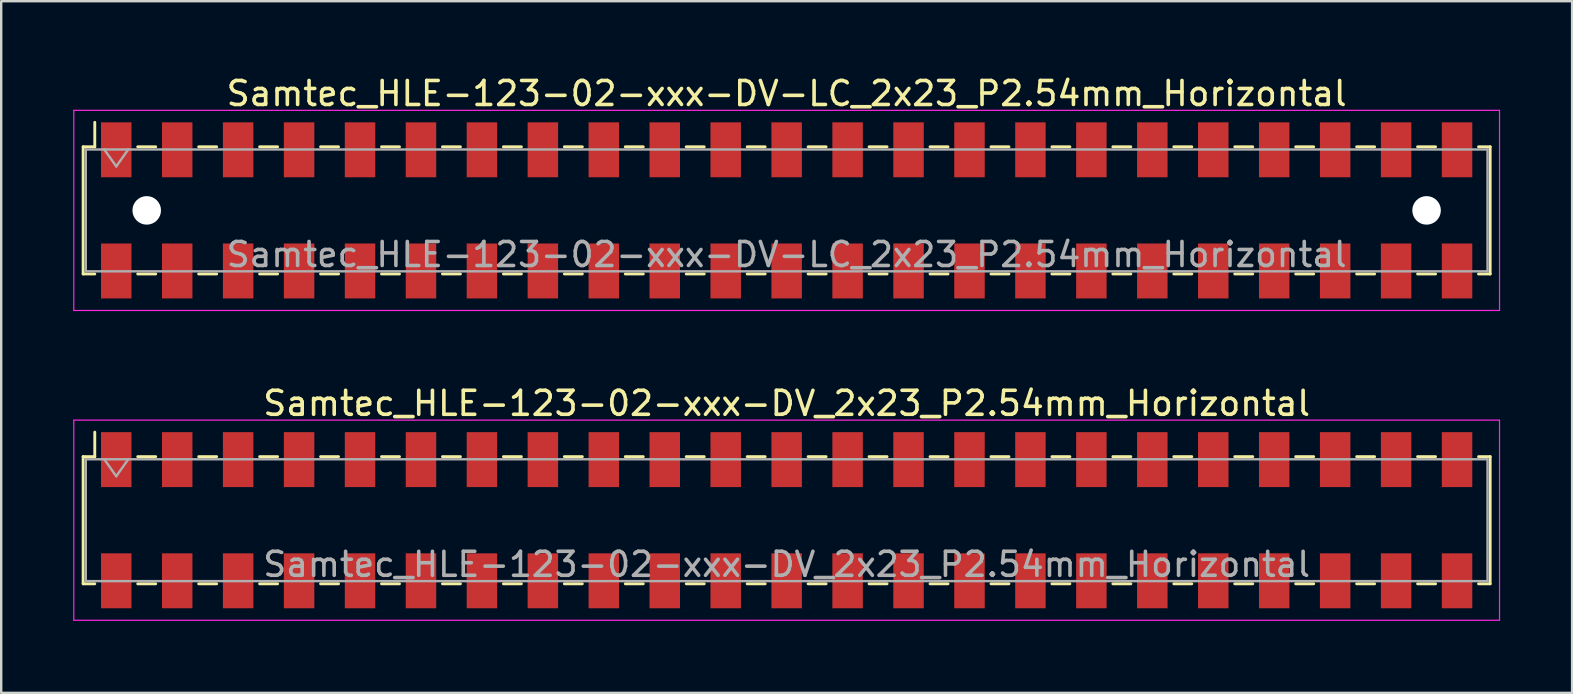
<source format=kicad_pcb>
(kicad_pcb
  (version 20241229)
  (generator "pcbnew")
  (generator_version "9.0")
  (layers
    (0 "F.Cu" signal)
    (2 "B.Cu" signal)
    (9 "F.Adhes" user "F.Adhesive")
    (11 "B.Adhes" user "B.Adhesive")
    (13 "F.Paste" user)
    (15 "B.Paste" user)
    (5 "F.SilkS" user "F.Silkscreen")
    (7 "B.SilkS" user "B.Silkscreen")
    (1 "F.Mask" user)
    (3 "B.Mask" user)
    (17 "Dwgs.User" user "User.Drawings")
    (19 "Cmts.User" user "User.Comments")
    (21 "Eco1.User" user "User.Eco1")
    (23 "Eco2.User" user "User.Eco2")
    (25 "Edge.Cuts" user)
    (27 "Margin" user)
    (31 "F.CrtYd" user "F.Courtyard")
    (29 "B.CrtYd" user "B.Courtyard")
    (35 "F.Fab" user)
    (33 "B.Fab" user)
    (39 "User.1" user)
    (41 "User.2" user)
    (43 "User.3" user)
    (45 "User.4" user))
  (footprint "Samtec_HLE-123-02-xxx-DV-LC_2x23_P2.54mm_Horizontal"
    (layer "F.Cu")
    (at 29.735 5.718)
    (property "Reference" "Samtec_HLE-123-02-xxx-DV-LC_2x23_P2.54mm_Horizontal" (at 0 -4.87 0) (layer "F.SilkS") (effects (font (size 1 1) (thickness 0.15))))
    (attr smd)
    (fp_line (start -29.32 -2.65) (end -29.32 2.65) (stroke (width 0.12) (type solid)) (layer "F.SilkS"))
    (fp_line (start -29.32 2.65) (end -28.835 2.65) (stroke (width 0.12) (type solid)) (layer "F.SilkS"))
    (fp_line (start -28.835 -3.67) (end -28.835 -2.65) (stroke (width 0.12) (type solid)) (layer "F.SilkS"))
    (fp_line (start -28.835 -2.65) (end -29.32 -2.65) (stroke (width 0.12) (type solid)) (layer "F.SilkS"))
    (fp_line (start -27.045 -2.65) (end -26.295 -2.65) (stroke (width 0.12) (type solid)) (layer "F.SilkS"))
    (fp_line (start -27.045 2.65) (end -26.295 2.65) (stroke (width 0.12) (type solid)) (layer "F.SilkS"))
    (fp_line (start -24.505 -2.65) (end -23.755 -2.65) (stroke (width 0.12) (type solid)) (layer "F.SilkS"))
    (fp_line (start -24.505 2.65) (end -23.755 2.65) (stroke (width 0.12) (type solid)) (layer "F.SilkS"))
    (fp_line (start -21.965 -2.65) (end -21.215 -2.65) (stroke (width 0.12) (type solid)) (layer "F.SilkS"))
    (fp_line (start -21.965 2.65) (end -21.215 2.65) (stroke (width 0.12) (type solid)) (layer "F.SilkS"))
    (fp_line (start -19.425 -2.65) (end -18.675 -2.65) (stroke (width 0.12) (type solid)) (layer "F.SilkS"))
    (fp_line (start -19.425 2.65) (end -18.675 2.65) (stroke (width 0.12) (type solid)) (layer "F.SilkS"))
    (fp_line (start -16.885 -2.65) (end -16.135 -2.65) (stroke (width 0.12) (type solid)) (layer "F.SilkS"))
    (fp_line (start -16.885 2.65) (end -16.135 2.65) (stroke (width 0.12) (type solid)) (layer "F.SilkS"))
    (fp_line (start -14.345 -2.65) (end -13.595 -2.65) (stroke (width 0.12) (type solid)) (layer "F.SilkS"))
    (fp_line (start -14.345 2.65) (end -13.595 2.65) (stroke (width 0.12) (type solid)) (layer "F.SilkS"))
    (fp_line (start -11.805 -2.65) (end -11.055 -2.65) (stroke (width 0.12) (type solid)) (layer "F.SilkS"))
    (fp_line (start -11.805 2.65) (end -11.055 2.65) (stroke (width 0.12) (type solid)) (layer "F.SilkS"))
    (fp_line (start -9.265 -2.65) (end -8.515 -2.65) (stroke (width 0.12) (type solid)) (layer "F.SilkS"))
    (fp_line (start -9.265 2.65) (end -8.515 2.65) (stroke (width 0.12) (type solid)) (layer "F.SilkS"))
    (fp_line (start -6.725 -2.65) (end -5.975 -2.65) (stroke (width 0.12) (type solid)) (layer "F.SilkS"))
    (fp_line (start -6.725 2.65) (end -5.975 2.65) (stroke (width 0.12) (type solid)) (layer "F.SilkS"))
    (fp_line (start -4.185 -2.65) (end -3.435 -2.65) (stroke (width 0.12) (type solid)) (layer "F.SilkS"))
    (fp_line (start -4.185 2.65) (end -3.435 2.65) (stroke (width 0.12) (type solid)) (layer "F.SilkS"))
    (fp_line (start -1.645 -2.65) (end -0.895 -2.65) (stroke (width 0.12) (type solid)) (layer "F.SilkS"))
    (fp_line (start -1.645 2.65) (end -0.895 2.65) (stroke (width 0.12) (type solid)) (layer "F.SilkS"))
    (fp_line (start 0.895 -2.65) (end 1.645 -2.65) (stroke (width 0.12) (type solid)) (layer "F.SilkS"))
    (fp_line (start 0.895 2.65) (end 1.645 2.65) (stroke (width 0.12) (type solid)) (layer "F.SilkS"))
    (fp_line (start 3.435 -2.65) (end 4.185 -2.65) (stroke (width 0.12) (type solid)) (layer "F.SilkS"))
    (fp_line (start 3.435 2.65) (end 4.185 2.65) (stroke (width 0.12) (type solid)) (layer "F.SilkS"))
    (fp_line (start 5.975 -2.65) (end 6.725 -2.65) (stroke (width 0.12) (type solid)) (layer "F.SilkS"))
    (fp_line (start 5.975 2.65) (end 6.725 2.65) (stroke (width 0.12) (type solid)) (layer "F.SilkS"))
    (fp_line (start 8.515 -2.65) (end 9.265 -2.65) (stroke (width 0.12) (type solid)) (layer "F.SilkS"))
    (fp_line (start 8.515 2.65) (end 9.265 2.65) (stroke (width 0.12) (type solid)) (layer "F.SilkS"))
    (fp_line (start 11.055 -2.65) (end 11.805 -2.65) (stroke (width 0.12) (type solid)) (layer "F.SilkS"))
    (fp_line (start 11.055 2.65) (end 11.805 2.65) (stroke (width 0.12) (type solid)) (layer "F.SilkS"))
    (fp_line (start 13.595 -2.65) (end 14.345 -2.65) (stroke (width 0.12) (type solid)) (layer "F.SilkS"))
    (fp_line (start 13.595 2.65) (end 14.345 2.65) (stroke (width 0.12) (type solid)) (layer "F.SilkS"))
    (fp_line (start 16.135 -2.65) (end 16.885 -2.65) (stroke (width 0.12) (type solid)) (layer "F.SilkS"))
    (fp_line (start 16.135 2.65) (end 16.885 2.65) (stroke (width 0.12) (type solid)) (layer "F.SilkS"))
    (fp_line (start 18.675 -2.65) (end 19.425 -2.65) (stroke (width 0.12) (type solid)) (layer "F.SilkS"))
    (fp_line (start 18.675 2.65) (end 19.425 2.65) (stroke (width 0.12) (type solid)) (layer "F.SilkS"))
    (fp_line (start 21.215 -2.65) (end 21.965 -2.65) (stroke (width 0.12) (type solid)) (layer "F.SilkS"))
    (fp_line (start 21.215 2.65) (end 21.965 2.65) (stroke (width 0.12) (type solid)) (layer "F.SilkS"))
    (fp_line (start 23.755 -2.65) (end 24.505 -2.65) (stroke (width 0.12) (type solid)) (layer "F.SilkS"))
    (fp_line (start 23.755 2.65) (end 24.505 2.65) (stroke (width 0.12) (type solid)) (layer "F.SilkS"))
    (fp_line (start 26.295 -2.65) (end 27.045 -2.65) (stroke (width 0.12) (type solid)) (layer "F.SilkS"))
    (fp_line (start 26.295 2.65) (end 27.045 2.65) (stroke (width 0.12) (type solid)) (layer "F.SilkS"))
    (fp_line (start 28.835 -2.65) (end 29.32 -2.65) (stroke (width 0.12) (type solid)) (layer "F.SilkS"))
    (fp_line (start 29.32 -2.65) (end 29.32 2.65) (stroke (width 0.12) (type solid)) (layer "F.SilkS"))
    (fp_line (start 29.32 2.65) (end 28.835 2.65) (stroke (width 0.12) (type solid)) (layer "F.SilkS"))
    (fp_line (start -29.71 -4.17) (end 29.71 -4.17) (stroke (width 0.05) (type solid)) (layer "F.CrtYd"))
    (fp_line (start -29.71 4.17) (end -29.71 -4.17) (stroke (width 0.05) (type solid)) (layer "F.CrtYd"))
    (fp_line (start 29.71 -4.17) (end 29.71 4.17) (stroke (width 0.05) (type solid)) (layer "F.CrtYd"))
    (fp_line (start 29.71 4.17) (end -29.71 4.17) (stroke (width 0.05) (type solid)) (layer "F.CrtYd"))
    (fp_line (start -29.21 -2.54) (end 29.21 -2.54) (stroke (width 0.1) (type solid)) (layer "F.Fab"))
    (fp_line (start -29.21 2.54) (end -29.21 -2.54) (stroke (width 0.1) (type solid)) (layer "F.Fab"))
    (fp_line (start -28.44 -2.54) (end -27.94 -1.833) (stroke (width 0.1) (type solid)) (layer "F.Fab"))
    (fp_line (start -27.94 -1.833) (end -27.44 -2.54) (stroke (width 0.1) (type solid)) (layer "F.Fab"))
    (fp_line (start 29.21 -2.54) (end 29.21 2.54) (stroke (width 0.1) (type solid)) (layer "F.Fab"))
    (fp_line (start 29.21 2.54) (end -29.21 2.54) (stroke (width 0.1) (type solid)) (layer "F.Fab"))
    (fp_text user "${REFERENCE}" (at 0 1.84 0) (layer "F.Fab") (effects (font (size 1 1) (thickness 0.15))))
    (pad "" np_thru_hole circle (at -26.67 0) (size 1.19 1.19) (drill 1.19) (layers "*.Cu" "*.Mask"))
    (pad "" np_thru_hole circle (at 26.67 0) (size 1.19 1.19) (drill 1.19) (layers "*.Cu" "*.Mask"))
    (pad "1" smd rect (at -27.94 -2.525) (size 1.27 2.29) (layers "F.Cu" "F.Mask" "F.Paste"))
    (pad "2" smd rect (at -27.94 2.525) (size 1.27 2.29) (layers "F.Cu" "F.Mask" "F.Paste"))
    (pad "3" smd rect (at -25.4 -2.525) (size 1.27 2.29) (layers "F.Cu" "F.Mask" "F.Paste"))
    (pad "4" smd rect (at -25.4 2.525) (size 1.27 2.29) (layers "F.Cu" "F.Mask" "F.Paste"))
    (pad "5" smd rect (at -22.86 -2.525) (size 1.27 2.29) (layers "F.Cu" "F.Mask" "F.Paste"))
    (pad "6" smd rect (at -22.86 2.525) (size 1.27 2.29) (layers "F.Cu" "F.Mask" "F.Paste"))
    (pad "7" smd rect (at -20.32 -2.525) (size 1.27 2.29) (layers "F.Cu" "F.Mask" "F.Paste"))
    (pad "8" smd rect (at -20.32 2.525) (size 1.27 2.29) (layers "F.Cu" "F.Mask" "F.Paste"))
    (pad "9" smd rect (at -17.78 -2.525) (size 1.27 2.29) (layers "F.Cu" "F.Mask" "F.Paste"))
    (pad "10" smd rect (at -17.78 2.525) (size 1.27 2.29) (layers "F.Cu" "F.Mask" "F.Paste"))
    (pad "11" smd rect (at -15.24 -2.525) (size 1.27 2.29) (layers "F.Cu" "F.Mask" "F.Paste"))
    (pad "12" smd rect (at -15.24 2.525) (size 1.27 2.29) (layers "F.Cu" "F.Mask" "F.Paste"))
    (pad "13" smd rect (at -12.7 -2.525) (size 1.27 2.29) (layers "F.Cu" "F.Mask" "F.Paste"))
    (pad "14" smd rect (at -12.7 2.525) (size 1.27 2.29) (layers "F.Cu" "F.Mask" "F.Paste"))
    (pad "15" smd rect (at -10.16 -2.525) (size 1.27 2.29) (layers "F.Cu" "F.Mask" "F.Paste"))
    (pad "16" smd rect (at -10.16 2.525) (size 1.27 2.29) (layers "F.Cu" "F.Mask" "F.Paste"))
    (pad "17" smd rect (at -7.62 -2.525) (size 1.27 2.29) (layers "F.Cu" "F.Mask" "F.Paste"))
    (pad "18" smd rect (at -7.62 2.525) (size 1.27 2.29) (layers "F.Cu" "F.Mask" "F.Paste"))
    (pad "19" smd rect (at -5.08 -2.525) (size 1.27 2.29) (layers "F.Cu" "F.Mask" "F.Paste"))
    (pad "20" smd rect (at -5.08 2.525) (size 1.27 2.29) (layers "F.Cu" "F.Mask" "F.Paste"))
    (pad "21" smd rect (at -2.54 -2.525) (size 1.27 2.29) (layers "F.Cu" "F.Mask" "F.Paste"))
    (pad "22" smd rect (at -2.54 2.525) (size 1.27 2.29) (layers "F.Cu" "F.Mask" "F.Paste"))
    (pad "23" smd rect (at 0 -2.525) (size 1.27 2.29) (layers "F.Cu" "F.Mask" "F.Paste"))
    (pad "24" smd rect (at 0 2.525) (size 1.27 2.29) (layers "F.Cu" "F.Mask" "F.Paste"))
    (pad "25" smd rect (at 2.54 -2.525) (size 1.27 2.29) (layers "F.Cu" "F.Mask" "F.Paste"))
    (pad "26" smd rect (at 2.54 2.525) (size 1.27 2.29) (layers "F.Cu" "F.Mask" "F.Paste"))
    (pad "27" smd rect (at 5.08 -2.525) (size 1.27 2.29) (layers "F.Cu" "F.Mask" "F.Paste"))
    (pad "28" smd rect (at 5.08 2.525) (size 1.27 2.29) (layers "F.Cu" "F.Mask" "F.Paste"))
    (pad "29" smd rect (at 7.62 -2.525) (size 1.27 2.29) (layers "F.Cu" "F.Mask" "F.Paste"))
    (pad "30" smd rect (at 7.62 2.525) (size 1.27 2.29) (layers "F.Cu" "F.Mask" "F.Paste"))
    (pad "31" smd rect (at 10.16 -2.525) (size 1.27 2.29) (layers "F.Cu" "F.Mask" "F.Paste"))
    (pad "32" smd rect (at 10.16 2.525) (size 1.27 2.29) (layers "F.Cu" "F.Mask" "F.Paste"))
    (pad "33" smd rect (at 12.7 -2.525) (size 1.27 2.29) (layers "F.Cu" "F.Mask" "F.Paste"))
    (pad "34" smd rect (at 12.7 2.525) (size 1.27 2.29) (layers "F.Cu" "F.Mask" "F.Paste"))
    (pad "35" smd rect (at 15.24 -2.525) (size 1.27 2.29) (layers "F.Cu" "F.Mask" "F.Paste"))
    (pad "36" smd rect (at 15.24 2.525) (size 1.27 2.29) (layers "F.Cu" "F.Mask" "F.Paste"))
    (pad "37" smd rect (at 17.78 -2.525) (size 1.27 2.29) (layers "F.Cu" "F.Mask" "F.Paste"))
    (pad "38" smd rect (at 17.78 2.525) (size 1.27 2.29) (layers "F.Cu" "F.Mask" "F.Paste"))
    (pad "39" smd rect (at 20.32 -2.525) (size 1.27 2.29) (layers "F.Cu" "F.Mask" "F.Paste"))
    (pad "40" smd rect (at 20.32 2.525) (size 1.27 2.29) (layers "F.Cu" "F.Mask" "F.Paste"))
    (pad "41" smd rect (at 22.86 -2.525) (size 1.27 2.29) (layers "F.Cu" "F.Mask" "F.Paste"))
    (pad "42" smd rect (at 22.86 2.525) (size 1.27 2.29) (layers "F.Cu" "F.Mask" "F.Paste"))
    (pad "43" smd rect (at 25.4 -2.525) (size 1.27 2.29) (layers "F.Cu" "F.Mask" "F.Paste"))
    (pad "44" smd rect (at 25.4 2.525) (size 1.27 2.29) (layers "F.Cu" "F.Mask" "F.Paste"))
    (pad "45" smd rect (at 27.94 -2.525) (size 1.27 2.29) (layers "F.Cu" "F.Mask" "F.Paste"))
    (pad "46" smd rect (at 27.94 2.525) (size 1.27 2.29) (layers "F.Cu" "F.Mask" "F.Paste")))
  (footprint "Samtec_HLE-123-02-xxx-DV_2x23_P2.54mm_Horizontal"
    (layer "F.Cu")
    (at 29.735 18.631)
    (property "Reference" "Samtec_HLE-123-02-xxx-DV_2x23_P2.54mm_Horizontal" (at 0 -4.87 0) (layer "F.SilkS") (effects (font (size 1 1) (thickness 0.15))))
    (attr smd)
    (fp_line (start -29.32 -2.65) (end -29.32 2.65) (stroke (width 0.12) (type solid)) (layer "F.SilkS"))
    (fp_line (start -29.32 2.65) (end -28.835 2.65) (stroke (width 0.12) (type solid)) (layer "F.SilkS"))
    (fp_line (start -28.835 -3.67) (end -28.835 -2.65) (stroke (width 0.12) (type solid)) (layer "F.SilkS"))
    (fp_line (start -28.835 -2.65) (end -29.32 -2.65) (stroke (width 0.12) (type solid)) (layer "F.SilkS"))
    (fp_line (start -27.045 -2.65) (end -26.295 -2.65) (stroke (width 0.12) (type solid)) (layer "F.SilkS"))
    (fp_line (start -27.045 2.65) (end -26.295 2.65) (stroke (width 0.12) (type solid)) (layer "F.SilkS"))
    (fp_line (start -24.505 -2.65) (end -23.755 -2.65) (stroke (width 0.12) (type solid)) (layer "F.SilkS"))
    (fp_line (start -24.505 2.65) (end -23.755 2.65) (stroke (width 0.12) (type solid)) (layer "F.SilkS"))
    (fp_line (start -21.965 -2.65) (end -21.215 -2.65) (stroke (width 0.12) (type solid)) (layer "F.SilkS"))
    (fp_line (start -21.965 2.65) (end -21.215 2.65) (stroke (width 0.12) (type solid)) (layer "F.SilkS"))
    (fp_line (start -19.425 -2.65) (end -18.675 -2.65) (stroke (width 0.12) (type solid)) (layer "F.SilkS"))
    (fp_line (start -19.425 2.65) (end -18.675 2.65) (stroke (width 0.12) (type solid)) (layer "F.SilkS"))
    (fp_line (start -16.885 -2.65) (end -16.135 -2.65) (stroke (width 0.12) (type solid)) (layer "F.SilkS"))
    (fp_line (start -16.885 2.65) (end -16.135 2.65) (stroke (width 0.12) (type solid)) (layer "F.SilkS"))
    (fp_line (start -14.345 -2.65) (end -13.595 -2.65) (stroke (width 0.12) (type solid)) (layer "F.SilkS"))
    (fp_line (start -14.345 2.65) (end -13.595 2.65) (stroke (width 0.12) (type solid)) (layer "F.SilkS"))
    (fp_line (start -11.805 -2.65) (end -11.055 -2.65) (stroke (width 0.12) (type solid)) (layer "F.SilkS"))
    (fp_line (start -11.805 2.65) (end -11.055 2.65) (stroke (width 0.12) (type solid)) (layer "F.SilkS"))
    (fp_line (start -9.265 -2.65) (end -8.515 -2.65) (stroke (width 0.12) (type solid)) (layer "F.SilkS"))
    (fp_line (start -9.265 2.65) (end -8.515 2.65) (stroke (width 0.12) (type solid)) (layer "F.SilkS"))
    (fp_line (start -6.725 -2.65) (end -5.975 -2.65) (stroke (width 0.12) (type solid)) (layer "F.SilkS"))
    (fp_line (start -6.725 2.65) (end -5.975 2.65) (stroke (width 0.12) (type solid)) (layer "F.SilkS"))
    (fp_line (start -4.185 -2.65) (end -3.435 -2.65) (stroke (width 0.12) (type solid)) (layer "F.SilkS"))
    (fp_line (start -4.185 2.65) (end -3.435 2.65) (stroke (width 0.12) (type solid)) (layer "F.SilkS"))
    (fp_line (start -1.645 -2.65) (end -0.895 -2.65) (stroke (width 0.12) (type solid)) (layer "F.SilkS"))
    (fp_line (start -1.645 2.65) (end -0.895 2.65) (stroke (width 0.12) (type solid)) (layer "F.SilkS"))
    (fp_line (start 0.895 -2.65) (end 1.645 -2.65) (stroke (width 0.12) (type solid)) (layer "F.SilkS"))
    (fp_line (start 0.895 2.65) (end 1.645 2.65) (stroke (width 0.12) (type solid)) (layer "F.SilkS"))
    (fp_line (start 3.435 -2.65) (end 4.185 -2.65) (stroke (width 0.12) (type solid)) (layer "F.SilkS"))
    (fp_line (start 3.435 2.65) (end 4.185 2.65) (stroke (width 0.12) (type solid)) (layer "F.SilkS"))
    (fp_line (start 5.975 -2.65) (end 6.725 -2.65) (stroke (width 0.12) (type solid)) (layer "F.SilkS"))
    (fp_line (start 5.975 2.65) (end 6.725 2.65) (stroke (width 0.12) (type solid)) (layer "F.SilkS"))
    (fp_line (start 8.515 -2.65) (end 9.265 -2.65) (stroke (width 0.12) (type solid)) (layer "F.SilkS"))
    (fp_line (start 8.515 2.65) (end 9.265 2.65) (stroke (width 0.12) (type solid)) (layer "F.SilkS"))
    (fp_line (start 11.055 -2.65) (end 11.805 -2.65) (stroke (width 0.12) (type solid)) (layer "F.SilkS"))
    (fp_line (start 11.055 2.65) (end 11.805 2.65) (stroke (width 0.12) (type solid)) (layer "F.SilkS"))
    (fp_line (start 13.595 -2.65) (end 14.345 -2.65) (stroke (width 0.12) (type solid)) (layer "F.SilkS"))
    (fp_line (start 13.595 2.65) (end 14.345 2.65) (stroke (width 0.12) (type solid)) (layer "F.SilkS"))
    (fp_line (start 16.135 -2.65) (end 16.885 -2.65) (stroke (width 0.12) (type solid)) (layer "F.SilkS"))
    (fp_line (start 16.135 2.65) (end 16.885 2.65) (stroke (width 0.12) (type solid)) (layer "F.SilkS"))
    (fp_line (start 18.675 -2.65) (end 19.425 -2.65) (stroke (width 0.12) (type solid)) (layer "F.SilkS"))
    (fp_line (start 18.675 2.65) (end 19.425 2.65) (stroke (width 0.12) (type solid)) (layer "F.SilkS"))
    (fp_line (start 21.215 -2.65) (end 21.965 -2.65) (stroke (width 0.12) (type solid)) (layer "F.SilkS"))
    (fp_line (start 21.215 2.65) (end 21.965 2.65) (stroke (width 0.12) (type solid)) (layer "F.SilkS"))
    (fp_line (start 23.755 -2.65) (end 24.505 -2.65) (stroke (width 0.12) (type solid)) (layer "F.SilkS"))
    (fp_line (start 23.755 2.65) (end 24.505 2.65) (stroke (width 0.12) (type solid)) (layer "F.SilkS"))
    (fp_line (start 26.295 -2.65) (end 27.045 -2.65) (stroke (width 0.12) (type solid)) (layer "F.SilkS"))
    (fp_line (start 26.295 2.65) (end 27.045 2.65) (stroke (width 0.12) (type solid)) (layer "F.SilkS"))
    (fp_line (start 28.835 -2.65) (end 29.32 -2.65) (stroke (width 0.12) (type solid)) (layer "F.SilkS"))
    (fp_line (start 29.32 -2.65) (end 29.32 2.65) (stroke (width 0.12) (type solid)) (layer "F.SilkS"))
    (fp_line (start 29.32 2.65) (end 28.835 2.65) (stroke (width 0.12) (type solid)) (layer "F.SilkS"))
    (fp_line (start -29.71 -4.17) (end 29.71 -4.17) (stroke (width 0.05) (type solid)) (layer "F.CrtYd"))
    (fp_line (start -29.71 4.17) (end -29.71 -4.17) (stroke (width 0.05) (type solid)) (layer "F.CrtYd"))
    (fp_line (start 29.71 -4.17) (end 29.71 4.17) (stroke (width 0.05) (type solid)) (layer "F.CrtYd"))
    (fp_line (start 29.71 4.17) (end -29.71 4.17) (stroke (width 0.05) (type solid)) (layer "F.CrtYd"))
    (fp_line (start -29.21 -2.54) (end 29.21 -2.54) (stroke (width 0.1) (type solid)) (layer "F.Fab"))
    (fp_line (start -29.21 2.54) (end -29.21 -2.54) (stroke (width 0.1) (type solid)) (layer "F.Fab"))
    (fp_line (start -28.44 -2.54) (end -27.94 -1.833) (stroke (width 0.1) (type solid)) (layer "F.Fab"))
    (fp_line (start -27.94 -1.833) (end -27.44 -2.54) (stroke (width 0.1) (type solid)) (layer "F.Fab"))
    (fp_line (start 29.21 -2.54) (end 29.21 2.54) (stroke (width 0.1) (type solid)) (layer "F.Fab"))
    (fp_line (start 29.21 2.54) (end -29.21 2.54) (stroke (width 0.1) (type solid)) (layer "F.Fab"))
    (fp_text user "${REFERENCE}" (at 0 1.84 0) (layer "F.Fab") (effects (font (size 1 1) (thickness 0.15))))
    (pad "1" smd rect (at -27.94 -2.525) (size 1.27 2.29) (layers "F.Cu" "F.Mask" "F.Paste"))
    (pad "2" smd rect (at -27.94 2.525) (size 1.27 2.29) (layers "F.Cu" "F.Mask" "F.Paste"))
    (pad "3" smd rect (at -25.4 -2.525) (size 1.27 2.29) (layers "F.Cu" "F.Mask" "F.Paste"))
    (pad "4" smd rect (at -25.4 2.525) (size 1.27 2.29) (layers "F.Cu" "F.Mask" "F.Paste"))
    (pad "5" smd rect (at -22.86 -2.525) (size 1.27 2.29) (layers "F.Cu" "F.Mask" "F.Paste"))
    (pad "6" smd rect (at -22.86 2.525) (size 1.27 2.29) (layers "F.Cu" "F.Mask" "F.Paste"))
    (pad "7" smd rect (at -20.32 -2.525) (size 1.27 2.29) (layers "F.Cu" "F.Mask" "F.Paste"))
    (pad "8" smd rect (at -20.32 2.525) (size 1.27 2.29) (layers "F.Cu" "F.Mask" "F.Paste"))
    (pad "9" smd rect (at -17.78 -2.525) (size 1.27 2.29) (layers "F.Cu" "F.Mask" "F.Paste"))
    (pad "10" smd rect (at -17.78 2.525) (size 1.27 2.29) (layers "F.Cu" "F.Mask" "F.Paste"))
    (pad "11" smd rect (at -15.24 -2.525) (size 1.27 2.29) (layers "F.Cu" "F.Mask" "F.Paste"))
    (pad "12" smd rect (at -15.24 2.525) (size 1.27 2.29) (layers "F.Cu" "F.Mask" "F.Paste"))
    (pad "13" smd rect (at -12.7 -2.525) (size 1.27 2.29) (layers "F.Cu" "F.Mask" "F.Paste"))
    (pad "14" smd rect (at -12.7 2.525) (size 1.27 2.29) (layers "F.Cu" "F.Mask" "F.Paste"))
    (pad "15" smd rect (at -10.16 -2.525) (size 1.27 2.29) (layers "F.Cu" "F.Mask" "F.Paste"))
    (pad "16" smd rect (at -10.16 2.525) (size 1.27 2.29) (layers "F.Cu" "F.Mask" "F.Paste"))
    (pad "17" smd rect (at -7.62 -2.525) (size 1.27 2.29) (layers "F.Cu" "F.Mask" "F.Paste"))
    (pad "18" smd rect (at -7.62 2.525) (size 1.27 2.29) (layers "F.Cu" "F.Mask" "F.Paste"))
    (pad "19" smd rect (at -5.08 -2.525) (size 1.27 2.29) (layers "F.Cu" "F.Mask" "F.Paste"))
    (pad "20" smd rect (at -5.08 2.525) (size 1.27 2.29) (layers "F.Cu" "F.Mask" "F.Paste"))
    (pad "21" smd rect (at -2.54 -2.525) (size 1.27 2.29) (layers "F.Cu" "F.Mask" "F.Paste"))
    (pad "22" smd rect (at -2.54 2.525) (size 1.27 2.29) (layers "F.Cu" "F.Mask" "F.Paste"))
    (pad "23" smd rect (at 0 -2.525) (size 1.27 2.29) (layers "F.Cu" "F.Mask" "F.Paste"))
    (pad "24" smd rect (at 0 2.525) (size 1.27 2.29) (layers "F.Cu" "F.Mask" "F.Paste"))
    (pad "25" smd rect (at 2.54 -2.525) (size 1.27 2.29) (layers "F.Cu" "F.Mask" "F.Paste"))
    (pad "26" smd rect (at 2.54 2.525) (size 1.27 2.29) (layers "F.Cu" "F.Mask" "F.Paste"))
    (pad "27" smd rect (at 5.08 -2.525) (size 1.27 2.29) (layers "F.Cu" "F.Mask" "F.Paste"))
    (pad "28" smd rect (at 5.08 2.525) (size 1.27 2.29) (layers "F.Cu" "F.Mask" "F.Paste"))
    (pad "29" smd rect (at 7.62 -2.525) (size 1.27 2.29) (layers "F.Cu" "F.Mask" "F.Paste"))
    (pad "30" smd rect (at 7.62 2.525) (size 1.27 2.29) (layers "F.Cu" "F.Mask" "F.Paste"))
    (pad "31" smd rect (at 10.16 -2.525) (size 1.27 2.29) (layers "F.Cu" "F.Mask" "F.Paste"))
    (pad "32" smd rect (at 10.16 2.525) (size 1.27 2.29) (layers "F.Cu" "F.Mask" "F.Paste"))
    (pad "33" smd rect (at 12.7 -2.525) (size 1.27 2.29) (layers "F.Cu" "F.Mask" "F.Paste"))
    (pad "34" smd rect (at 12.7 2.525) (size 1.27 2.29) (layers "F.Cu" "F.Mask" "F.Paste"))
    (pad "35" smd rect (at 15.24 -2.525) (size 1.27 2.29) (layers "F.Cu" "F.Mask" "F.Paste"))
    (pad "36" smd rect (at 15.24 2.525) (size 1.27 2.29) (layers "F.Cu" "F.Mask" "F.Paste"))
    (pad "37" smd rect (at 17.78 -2.525) (size 1.27 2.29) (layers "F.Cu" "F.Mask" "F.Paste"))
    (pad "38" smd rect (at 17.78 2.525) (size 1.27 2.29) (layers "F.Cu" "F.Mask" "F.Paste"))
    (pad "39" smd rect (at 20.32 -2.525) (size 1.27 2.29) (layers "F.Cu" "F.Mask" "F.Paste"))
    (pad "40" smd rect (at 20.32 2.525) (size 1.27 2.29) (layers "F.Cu" "F.Mask" "F.Paste"))
    (pad "41" smd rect (at 22.86 -2.525) (size 1.27 2.29) (layers "F.Cu" "F.Mask" "F.Paste"))
    (pad "42" smd rect (at 22.86 2.525) (size 1.27 2.29) (layers "F.Cu" "F.Mask" "F.Paste"))
    (pad "43" smd rect (at 25.4 -2.525) (size 1.27 2.29) (layers "F.Cu" "F.Mask" "F.Paste"))
    (pad "44" smd rect (at 25.4 2.525) (size 1.27 2.29) (layers "F.Cu" "F.Mask" "F.Paste"))
    (pad "45" smd rect (at 27.94 -2.525) (size 1.27 2.29) (layers "F.Cu" "F.Mask" "F.Paste"))
    (pad "46" smd rect (at 27.94 2.525) (size 1.27 2.29) (layers "F.Cu" "F.Mask" "F.Paste")))
  (gr_rect
    (start -3 -3)
    (end 62.47 25.826)
    (stroke (width 0.1) (type default))
    (fill no)
    (layer "Edge.Cuts")))
</source>
